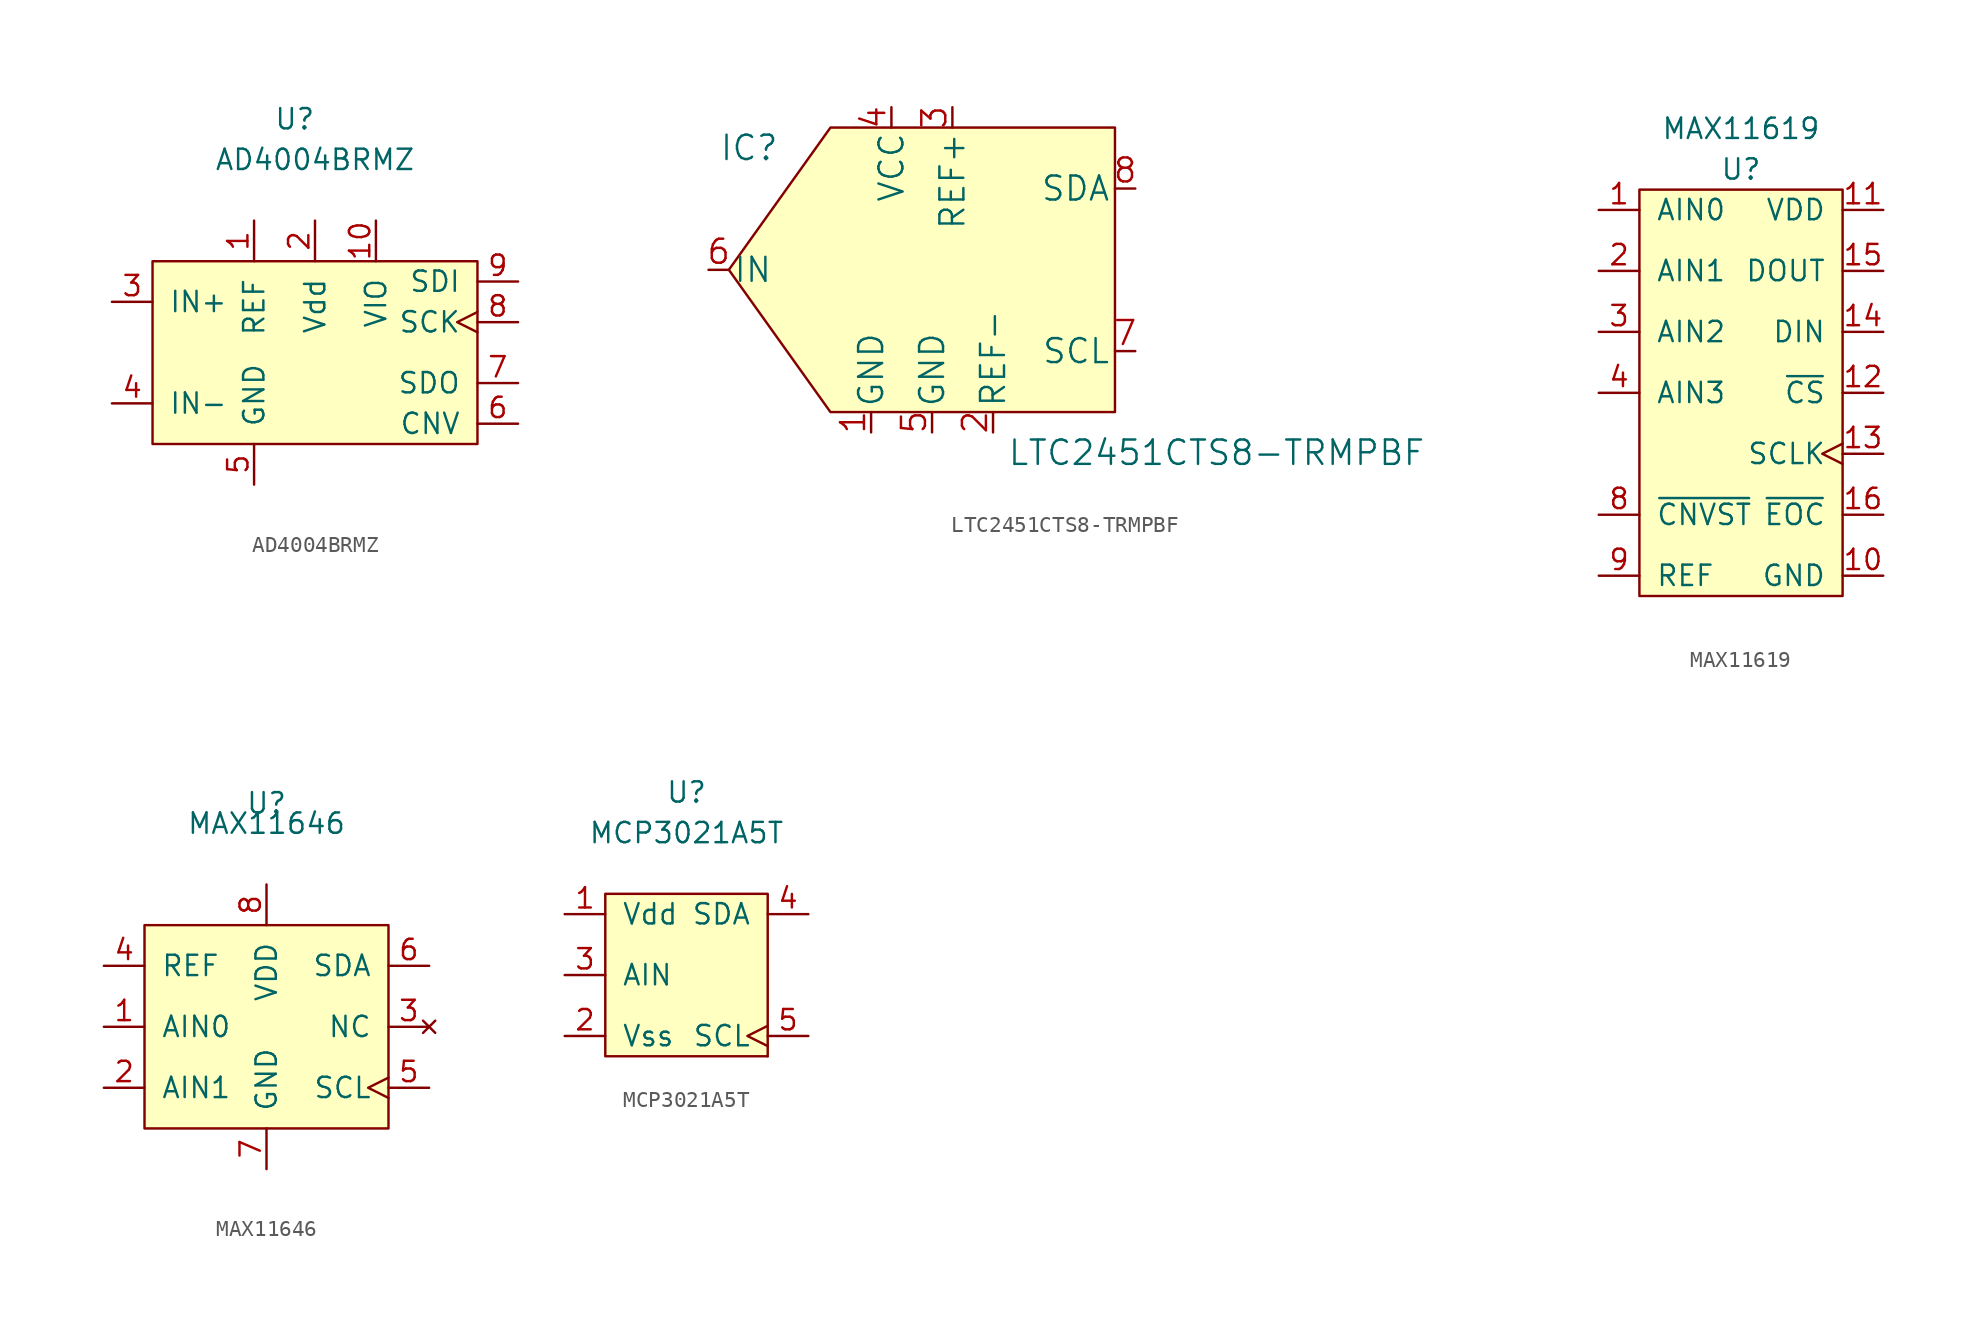
<source format=kicad_sym>
(kicad_symbol_lib
  (version 20211014)
  (generator kicad_symbol_editor)
  (symbol "AD4004BRMZ"
    (pin_names
      (offset 1.016))
    (property "Reference" "U"
      (at -1.27 15.24 0)
      (effects (font (size 1.27 1.27))))
    (property "Value" "AD4004BRMZ"
      (at 0 12.7 0)
      (effects (font (size 1.27 1.27))))
    (symbol "AD4004BRMZ_0_0"
      (pin bidirectional line (at -3.81 8.89 270) (length 2.54) (name "REF" (effects (font (size 1.27 1.27)))) (number "1" (effects (font (size 1.27 1.27)))))
      (pin power_in line (at 3.81 8.89 270) (length 2.54) (name "VIO" (effects (font (size 1.27 1.27)))) (number "10" (effects (font (size 1.27 1.27)))))
      (pin power_in line (at 0 8.89 270) (length 2.54) (name "Vdd" (effects (font (size 1.27 1.27)))) (number "2" (effects (font (size 1.27 1.27)))))
      (pin input line (at -12.7 3.81 0) (length 2.54) (name "IN+" (effects (font (size 1.27 1.27)))) (number "3" (effects (font (size 1.27 1.27)))))
      (pin input line (at -12.7 -2.54 0) (length 2.54) (name "IN-" (effects (font (size 1.27 1.27)))) (number "4" (effects (font (size 1.27 1.27)))))
      (pin power_in line (at -3.81 -7.62 90) (length 2.54) (name "GND" (effects (font (size 1.27 1.27)))) (number "5" (effects (font (size 1.27 1.27)))))
      (pin input line (at 12.7 -3.81 180) (length 2.54) (name "CNV" (effects (font (size 1.27 1.27)))) (number "6" (effects (font (size 1.27 1.27)))))
      (pin output line (at 12.7 -1.27 180) (length 2.54) (name "SDO" (effects (font (size 1.27 1.27)))) (number "7" (effects (font (size 1.27 1.27)))))
      (pin input clock (at 12.7 2.54 180) (length 2.54) (name "SCK" (effects (font (size 1.27 1.27)))) (number "8" (effects (font (size 1.27 1.27)))))
      (pin input line (at 12.7 5.08 180) (length 2.54) (name "SDI" (effects (font (size 1.27 1.27)))) (number "9" (effects (font (size 1.27 1.27))))))
    (symbol "AD4004BRMZ_0_1"
      (rectangle (start -10.16 6.35) (end 10.16 -5.08) (stroke (width 0) (type default) (color 0 0 0 0)) (fill (type background)))))
  (symbol "LTC2451CTS8-TRMPBF"
    (pin_names
      (offset 0.254))
    (property "Reference" "IC"
      (at 8.89 3.81 0)
      (effects (font (size 1.524 1.524))))
    (property "Value" "LTC2451CTS8-TRMPBF"
      (at 38.1 -15.24 0)
      (effects (font (size 1.524 1.524))))
    (symbol "LTC2451CTS8-TRMPBF_0_1"
      (polyline (pts (xy 7.62 -3.81) (xy 13.97 5.08) (xy 31.75 5.08) (xy 31.75 -12.7) (xy 13.97 -12.7) (xy 7.62 -3.81)) (stroke (width 0) (type default) (color 0 0 0 0)) (fill (type background))))
    (symbol "LTC2451CTS8-TRMPBF_1_1"
      (pin power_in line (at 16.51 -13.97 90) (length 1.27) (name "GND" (effects (font (size 1.499 1.499)))) (number "1" (effects (font (size 1.499 1.499)))))
      (pin input line (at 24.13 -13.97 90) (length 1.27) (name "REF-" (effects (font (size 1.499 1.499)))) (number "2" (effects (font (size 1.499 1.499)))))
      (pin input line (at 21.59 6.35 270) (length 1.27) (name "REF+" (effects (font (size 1.499 1.499)))) (number "3" (effects (font (size 1.499 1.499)))))
      (pin power_in line (at 17.78 6.35 270) (length 1.27) (name "VCC" (effects (font (size 1.499 1.499)))) (number "4" (effects (font (size 1.499 1.499)))))
      (pin power_in line (at 20.32 -13.97 90) (length 1.27) (name "GND" (effects (font (size 1.499 1.499)))) (number "5" (effects (font (size 1.499 1.499)))))
      (pin input line (at 6.35 -3.81 0) (length 1.27) (name "IN" (effects (font (size 1.499 1.499)))) (number "6" (effects (font (size 1.499 1.499)))))
      (pin input line (at 33.02 -8.89 180) (length 1.27) (name "SCL" (effects (font (size 1.499 1.499)))) (number "7" (effects (font (size 1.499 1.499)))))
      (pin bidirectional line (at 33.02 1.27 180) (length 1.27) (name "SDA" (effects (font (size 1.499 1.499)))) (number "8" (effects (font (size 1.499 1.499)))))))
  (symbol "MAX11619"
    (pin_names
      (offset 1.016))
    (property "Reference" "U"
      (at 0 10.16 0)
      (effects (font (size 1.27 1.27))))
    (property "Value" "MAX11619"
      (at 0 12.7 0)
      (effects (font (size 1.27 1.27))))
    (symbol "MAX11619_0_0"
      (pin passive line (at -8.89 7.62 0) (length 2.54) (name "AIN0" (effects (font (size 1.27 1.27)))) (number "1" (effects (font (size 1.27 1.27)))))
      (pin power_in line (at 8.89 -15.24 180) (length 2.54) (name "GND" (effects (font (size 1.27 1.27)))) (number "10" (effects (font (size 1.27 1.27)))))
      (pin power_in line (at 8.89 7.62 180) (length 2.54) (name "VDD" (effects (font (size 1.27 1.27)))) (number "11" (effects (font (size 1.27 1.27)))))
      (pin input line (at 8.89 -3.81 180) (length 2.54) (name "~{CS}" (effects (font (size 1.27 1.27)))) (number "12" (effects (font (size 1.27 1.27)))))
      (pin input clock (at 8.89 -7.62 180) (length 2.54) (name "SCLK" (effects (font (size 1.27 1.27)))) (number "13" (effects (font (size 1.27 1.27)))))
      (pin input line (at 8.89 0 180) (length 2.54) (name "DIN" (effects (font (size 1.27 1.27)))) (number "14" (effects (font (size 1.27 1.27)))))
      (pin output line (at 8.89 3.81 180) (length 2.54) (name "DOUT" (effects (font (size 1.27 1.27)))) (number "15" (effects (font (size 1.27 1.27)))))
      (pin output line (at 8.89 -11.43 180) (length 2.54) (name "~{EOC}" (effects (font (size 1.27 1.27)))) (number "16" (effects (font (size 1.27 1.27)))))
      (pin passive line (at -8.89 3.81 0) (length 2.54) (name "AIN1" (effects (font (size 1.27 1.27)))) (number "2" (effects (font (size 1.27 1.27)))))
      (pin passive line (at -8.89 0 0) (length 2.54) (name "AIN2" (effects (font (size 1.27 1.27)))) (number "3" (effects (font (size 1.27 1.27)))))
      (pin passive line (at -8.89 -3.81 0) (length 2.54) (name "AIN3" (effects (font (size 1.27 1.27)))) (number "4" (effects (font (size 1.27 1.27)))))
      (pin passive line (at -8.89 -11.43 0) (length 2.54) (name "~{CNVST}" (effects (font (size 1.27 1.27)))) (number "8" (effects (font (size 1.27 1.27)))))
      (pin passive line (at -8.89 -15.24 0) (length 2.54) (name "REF" (effects (font (size 1.27 1.27)))) (number "9" (effects (font (size 1.27 1.27))))))
    (symbol "MAX11619_0_1"
      (rectangle (start -6.35 8.89) (end 6.35 -16.51) (stroke (width 0) (type default) (color 0 0 0 0)) (fill (type background)))))
  (symbol "MAX11646"
    (pin_names
      (offset 1.016))
    (property "Reference" "U"
      (at 0 12.7 0)
      (effects (font (size 1.27 1.27))))
    (property "Value" "MAX11646"
      (at 0 11.43 0)
      (effects (font (size 1.27 1.27))))
    (symbol "MAX11646_0_0"
      (pin input line (at -10.16 -1.27 0) (length 2.54) (name "AIN0" (effects (font (size 1.27 1.27)))) (number "1" (effects (font (size 1.27 1.27)))))
      (pin input line (at -10.16 -5.08 0) (length 2.54) (name "AIN1" (effects (font (size 1.27 1.27)))) (number "2" (effects (font (size 1.27 1.27)))))
      (pin no_connect line (at 10.16 -1.27 180) (length 2.54) (name "NC" (effects (font (size 1.27 1.27)))) (number "3" (effects (font (size 1.27 1.27)))))
      (pin passive line (at -10.16 2.54 0) (length 2.54) (name "REF" (effects (font (size 1.27 1.27)))) (number "4" (effects (font (size 1.27 1.27)))))
      (pin input clock (at 10.16 -5.08 180) (length 2.54) (name "SCL" (effects (font (size 1.27 1.27)))) (number "5" (effects (font (size 1.27 1.27)))))
      (pin bidirectional line (at 10.16 2.54 180) (length 2.54) (name "SDA" (effects (font (size 1.27 1.27)))) (number "6" (effects (font (size 1.27 1.27)))))
      (pin power_in line (at 0 -10.16 90) (length 2.54) (name "GND" (effects (font (size 1.27 1.27)))) (number "7" (effects (font (size 1.27 1.27)))))
      (pin power_in line (at 0 7.62 270) (length 2.54) (name "VDD" (effects (font (size 1.27 1.27)))) (number "8" (effects (font (size 1.27 1.27))))))
    (symbol "MAX11646_0_1"
      (rectangle (start -7.62 5.08) (end 7.62 -7.62) (stroke (width 0) (type default) (color 0 0 0 0)) (fill (type background)))))
  (symbol "MCP3021A5T"
    (pin_names
      (offset 1.016))
    (property "Reference" "U"
      (at 0 11.43 0)
      (effects (font (size 1.27 1.27))))
    (property "Value" "MCP3021A5T"
      (at 0 8.89 0)
      (effects (font (size 1.27 1.27))))
    (symbol "MCP3021A5T_0_0"
      (pin power_in line (at -7.62 3.81 0) (length 2.54) (name "Vdd" (effects (font (size 1.27 1.27)))) (number "1" (effects (font (size 1.27 1.27)))))
      (pin power_in line (at -7.62 -3.81 0) (length 2.54) (name "Vss" (effects (font (size 1.27 1.27)))) (number "2" (effects (font (size 1.27 1.27)))))
      (pin input line (at -7.62 0 0) (length 2.54) (name "AIN" (effects (font (size 1.27 1.27)))) (number "3" (effects (font (size 1.27 1.27)))))
      (pin open_collector line (at 7.62 3.81 180) (length 2.54) (name "SDA" (effects (font (size 1.27 1.27)))) (number "4" (effects (font (size 1.27 1.27)))))
      (pin open_collector clock (at 7.62 -3.81 180) (length 2.54) (name "SCL" (effects (font (size 1.27 1.27)))) (number "5" (effects (font (size 1.27 1.27))))))
    (symbol "MCP3021A5T_0_1"
      (rectangle (start -5.08 5.08) (end 5.08 -5.08) (stroke (width 0) (type default) (color 0 0 0 0)) (fill (type background)))
      (rectangle (start 5.08 -5.08) (end 5.08 -5.08) (stroke (width 0) (type default) (color 0 0 0 0)) (fill (type none))))))
</source>
